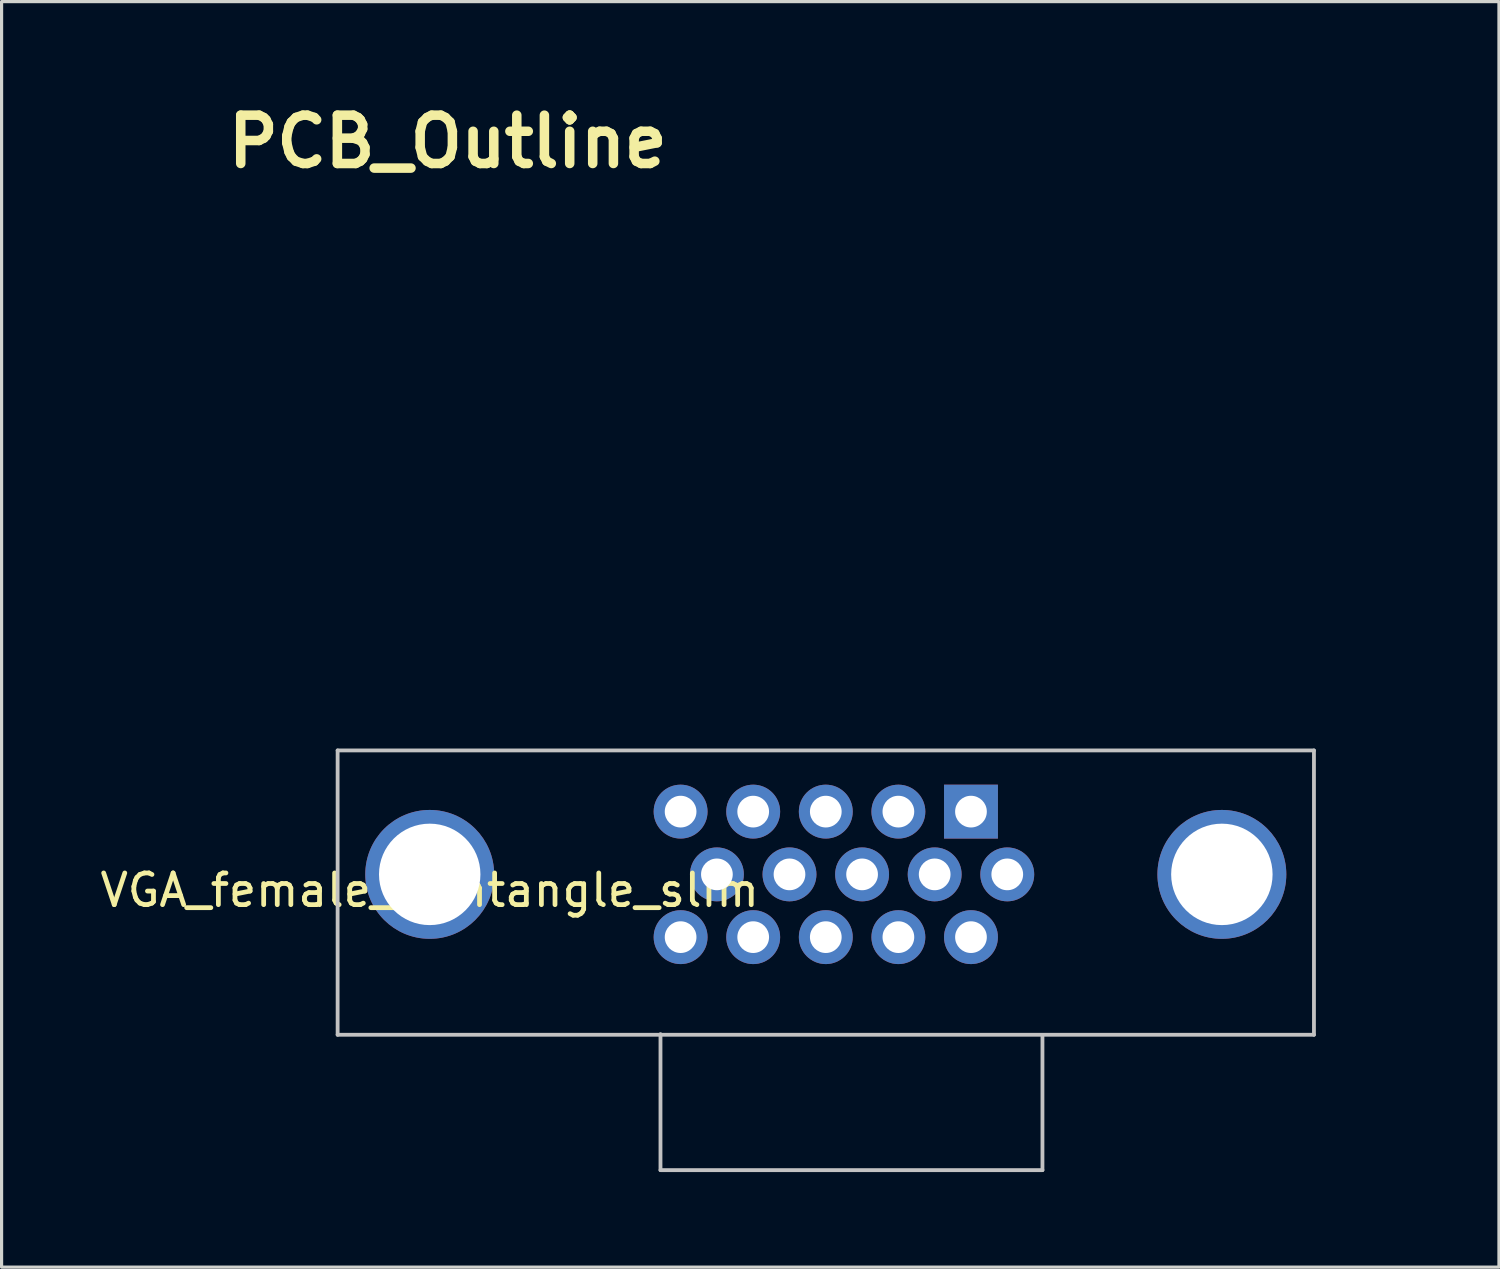
<source format=kicad_pcb>
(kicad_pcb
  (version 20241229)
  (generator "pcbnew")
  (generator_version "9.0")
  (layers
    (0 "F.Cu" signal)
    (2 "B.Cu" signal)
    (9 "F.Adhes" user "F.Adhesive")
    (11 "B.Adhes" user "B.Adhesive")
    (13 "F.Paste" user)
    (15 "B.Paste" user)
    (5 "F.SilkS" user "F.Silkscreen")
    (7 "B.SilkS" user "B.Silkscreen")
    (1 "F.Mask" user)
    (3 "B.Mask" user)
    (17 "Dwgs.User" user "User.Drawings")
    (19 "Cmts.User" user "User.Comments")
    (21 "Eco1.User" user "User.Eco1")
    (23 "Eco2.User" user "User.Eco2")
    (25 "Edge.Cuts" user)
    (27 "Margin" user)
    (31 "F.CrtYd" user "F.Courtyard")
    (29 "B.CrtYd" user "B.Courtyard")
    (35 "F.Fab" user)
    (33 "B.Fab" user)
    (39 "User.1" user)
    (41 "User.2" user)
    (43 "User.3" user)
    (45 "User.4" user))
  (footprint "PCB_Outline"
    (layer "F.Cu")
    (at 20.606 10.458)
    (property "Reference" "PCB_Outline" (at -9.53 -9.04 0) (layer "F.SilkS") (effects (font (size 1.524 1.524) (thickness 0.3))))
    (attr through_hole)
    (fp_poly (pts (xy 11.119 -7.071) (xy 12.033 -7.065) (xy 12.04 -4.841) (xy 12.046 -2.618) (xy 14.009 -2.618) (xy 14.009 -7.077) (xy 15.827 -7.077) (xy 15.827 -2.618) (xy 17.814 -2.618) (xy 17.814 -7.077) (xy 20.625 -7.077) (xy 20.625 -3.114) (xy 20.466 -3.068) (xy 20.273 -2.991) (xy 20.087 -2.874) (xy 19.922 -2.726) (xy 19.919 -2.723) (xy 19.8 -2.581) (xy 19.711 -2.44) (xy 19.641 -2.281) (xy 19.62 -2.22) (xy 19.594 -2.137) (xy 19.576 -2.061) (xy 19.566 -1.978) (xy 19.561 -1.876) (xy 19.559 -1.741) (xy 19.559 -1.716) (xy 19.563 -1.514) (xy 19.577 -1.355) (xy 19.596 -1.249) (xy 19.673 -1.039) (xy 19.789 -0.842) (xy 19.936 -0.664) (xy 20.108 -0.513) (xy 20.297 -0.395) (xy 20.496 -0.318) (xy 20.51 -0.314) (xy 20.625 -0.285) (xy 20.625 6.982) (xy 20.561 7.042) (xy 20.497 7.101) (xy 4.401 7.101) (xy 3.313 7.1) (xy 2.271 7.1) (xy 1.276 7.1) (xy 0.327 7.1) (xy -0.578 7.1) (xy -1.439 7.1) (xy -2.257 7.099) (xy -3.033 7.099) (xy -3.769 7.099) (xy -4.465 7.098) (xy -5.122 7.098) (xy -5.741 7.097) (xy -6.324 7.097) (xy -6.87 7.096) (xy -7.381 7.096) (xy -7.858 7.095) (xy -8.302 7.094) (xy -8.714 7.094) (xy -9.095 7.093) (xy -9.446 7.092) (xy -9.767 7.091) (xy -10.06 7.09) (xy -10.326 7.089) (xy -10.565 7.087) (xy -10.779 7.086) (xy -10.969 7.085) (xy -11.135 7.083) (xy -11.279 7.082) (xy -11.401 7.08) (xy -11.502 7.079) (xy -11.584 7.077) (xy -11.647 7.075) (xy -11.693 7.073) (xy -11.721 7.071) (xy -11.734 7.069) (xy -11.735 7.069) (xy -11.753 7.047) (xy -11.799 6.989) (xy -11.873 6.895) (xy -11.972 6.767) (xy -12.096 6.606) (xy -12.244 6.415) (xy -12.415 6.194) (xy -12.607 5.945) (xy -12.819 5.67) (xy -13.051 5.37) (xy -13.3 5.046) (xy -13.566 4.7) (xy -13.848 4.334) (xy -13.974 4.17) (xy -0.138 4.17) (xy -0.106 4.307) (xy -0.041 4.431) (xy 0.055 4.533) (xy 0.158 4.595) (xy 0.255 4.621) (xy 0.376 4.628) (xy 0.499 4.619) (xy 0.604 4.592) (xy 0.627 4.582) (xy 0.754 4.493) (xy 0.845 4.38) (xy 0.9 4.251) (xy 0.919 4.113) (xy 0.911 4.047) (xy 2.155 4.047) (xy 2.156 4.197) (xy 2.192 4.326) (xy 2.267 4.458) (xy 2.368 4.55) (xy 2.497 4.605) (xy 2.657 4.624) (xy 2.707 4.623) (xy 2.808 4.616) (xy 2.881 4.601) (xy 2.942 4.571) (xy 2.984 4.544) (xy 3.059 4.476) (xy 3.126 4.393) (xy 3.145 4.363) (xy 3.177 4.294) (xy 3.193 4.228) (xy 3.195 4.173) (xy 4.444 4.173) (xy 4.483 4.323) (xy 4.558 4.453) (xy 4.664 4.553) (xy 4.738 4.595) (xy 4.821 4.617) (xy 4.93 4.627) (xy 5.046 4.624) (xy 5.147 4.61) (xy 5.193 4.596) (xy 5.315 4.521) (xy 5.407 4.414) (xy 5.468 4.286) (xy 5.496 4.146) (xy 5.494 4.108) (xy 6.75 4.108) (xy 6.751 4.211) (xy 6.759 4.282) (xy 6.775 4.335) (xy 6.804 4.386) (xy 6.823 4.413) (xy 6.925 4.519) (xy 7.055 4.591) (xy 7.201 4.628) (xy 7.352 4.627) (xy 7.499 4.584) (xy 7.501 4.583) (xy 7.622 4.504) (xy 7.71 4.396) (xy 7.765 4.269) (xy 7.787 4.131) (xy 7.785 4.104) (xy 9.018 4.104) (xy 9.035 4.243) (xy 9.089 4.375) (xy 9.179 4.491) (xy 9.304 4.582) (xy 9.366 4.609) (xy 9.438 4.622) (xy 9.537 4.624) (xy 9.576 4.623) (xy 9.679 4.617) (xy 9.751 4.604) (xy 9.811 4.579) (xy 9.86 4.548) (xy 9.966 4.446) (xy 10.038 4.322) (xy 10.074 4.182) (xy 10.074 4.038) (xy 10.04 3.899) (xy 9.969 3.773) (xy 9.864 3.671) (xy 9.86 3.669) (xy 9.747 3.616) (xy 9.612 3.589) (xy 9.472 3.589) (xy 9.346 3.618) (xy 9.314 3.632) (xy 9.186 3.721) (xy 9.094 3.835) (xy 9.038 3.965) (xy 9.018 4.104) (xy 7.785 4.104) (xy 7.775 3.991) (xy 7.728 3.858) (xy 7.646 3.741) (xy 7.566 3.672) (xy 7.499 3.631) (xy 7.433 3.608) (xy 7.349 3.595) (xy 7.288 3.592) (xy 7.186 3.59) (xy 7.112 3.598) (xy 7.047 3.62) (xy 7.004 3.642) (xy 6.922 3.699) (xy 6.845 3.774) (xy 6.823 3.803) (xy 6.786 3.859) (xy 6.765 3.909) (xy 6.754 3.97) (xy 6.75 4.056) (xy 6.75 4.108) (xy 5.494 4.108) (xy 5.488 4.004) (xy 5.444 3.869) (xy 5.376 3.767) (xy 5.262 3.666) (xy 5.131 3.607) (xy 4.977 3.587) (xy 4.969 3.587) (xy 4.809 3.609) (xy 4.671 3.67) (xy 4.561 3.764) (xy 4.484 3.887) (xy 4.444 4.032) (xy 4.444 4.173) (xy 3.195 4.173) (xy 3.197 4.145) (xy 3.195 4.079) (xy 3.186 3.977) (xy 3.17 3.904) (xy 3.14 3.841) (xy 3.114 3.802) (xy 3.046 3.727) (xy 2.963 3.66) (xy 2.933 3.642) (xy 2.864 3.61) (xy 2.798 3.593) (xy 2.715 3.589) (xy 2.649 3.592) (xy 2.547 3.6) (xy 2.473 3.617) (xy 2.409 3.648) (xy 2.371 3.672) (xy 2.266 3.773) (xy 2.193 3.902) (xy 2.155 4.047) (xy 0.911 4.047) (xy 0.902 3.975) (xy 0.848 3.844) (xy 0.759 3.729) (xy 0.634 3.638) (xy 0.623 3.632) (xy 0.504 3.594) (xy 0.366 3.586) (xy 0.227 3.605) (xy 0.106 3.651) (xy 0.077 3.669) (xy -0.03 3.769) (xy -0.1 3.892) (xy -0.136 4.029) (xy -0.138 4.17) (xy -13.974 4.17) (xy -14.144 3.949) (xy -14.453 3.546) (xy -14.775 3.128) (xy -15.108 2.695) (xy -15.235 2.529) (xy -14.032 2.529) (xy -14.03 2.663) (xy -14.026 2.789) (xy -14.018 2.894) (xy -14.01 2.966) (xy -14.008 2.976) (xy -13.94 3.174) (xy -13.831 3.366) (xy -13.69 3.544) (xy -13.525 3.698) (xy -13.343 3.818) (xy -13.304 3.838) (xy -13.1 3.92) (xy -12.908 3.961) (xy -12.715 3.964) (xy -12.552 3.94) (xy -12.325 3.868) (xy -12.116 3.753) (xy -11.929 3.6) (xy -11.768 3.413) (xy -11.639 3.197) (xy -11.587 3.078) (xy -11.564 3.014) (xy -11.548 2.956) (xy -11.537 2.892) (xy -11.53 2.813) (xy -11.528 2.709) (xy -11.527 2.568) (xy -11.527 2.533) (xy -11.528 2.38) (xy -11.531 2.266) (xy -11.537 2.179) (xy -11.546 2.121) (xy -8.409 2.121) (xy -8.39 2.351) (xy -8.333 2.557) (xy -8.233 2.745) (xy -8.102 2.91) (xy -7.996 3.006) (xy -7.869 3.096) (xy -7.735 3.17) (xy -7.609 3.219) (xy -7.562 3.23) (xy -7.438 3.243) (xy -7.293 3.245) (xy -7.145 3.237) (xy -7.011 3.22) (xy -6.934 3.202) (xy -6.727 3.113) (xy -6.547 2.989) (xy -6.398 2.833) (xy -6.282 2.651) (xy -6.201 2.45) (xy -6.16 2.235) (xy -6.161 2.119) (xy -1.287 2.119) (xy -1.274 2.256) (xy -1.229 2.385) (xy -1.15 2.497) (xy -1.038 2.583) (xy -1.03 2.587) (xy -0.903 2.642) (xy -0.787 2.662) (xy -0.663 2.649) (xy -0.588 2.629) (xy -0.458 2.567) (xy -0.351 2.467) (xy -0.273 2.339) (xy -0.242 2.24) (xy -0.235 2.142) (xy 1.003 2.142) (xy 1.022 2.285) (xy 1.064 2.391) (xy 1.158 2.511) (xy 1.281 2.597) (xy 1.422 2.646) (xy 1.573 2.656) (xy 1.725 2.623) (xy 1.79 2.595) (xy 1.907 2.51) (xy 1.992 2.398) (xy 2.043 2.267) (xy 2.053 2.178) (xy 3.301 2.178) (xy 3.332 2.335) (xy 3.403 2.463) (xy 3.513 2.563) (xy 3.654 2.632) (xy 3.752 2.658) (xy 3.845 2.661) (xy 3.953 2.641) (xy 3.99 2.63) (xy 4.124 2.568) (xy 4.228 2.474) (xy 4.302 2.358) (xy 4.343 2.227) (xy 4.351 2.094) (xy 5.585 2.094) (xy 5.599 2.252) (xy 5.609 2.286) (xy 5.671 2.423) (xy 5.768 2.532) (xy 5.889 2.608) (xy 6.027 2.65) (xy 6.174 2.654) (xy 6.321 2.617) (xy 6.381 2.588) (xy 6.497 2.498) (xy 6.58 2.382) (xy 6.628 2.248) (xy 6.641 2.107) (xy 7.88 2.107) (xy 7.89 2.247) (xy 7.933 2.378) (xy 8.006 2.491) (xy 8.111 2.577) (xy 8.126 2.585) (xy 8.254 2.64) (xy 8.368 2.662) (xy 8.487 2.651) (xy 8.569 2.63) (xy 8.714 2.565) (xy 8.823 2.468) (xy 8.895 2.34) (xy 8.924 2.203) (xy 16.596 2.203) (xy 16.632 2.426) (xy 16.71 2.633) (xy 16.827 2.82) (xy 16.98 2.982) (xy 17.164 3.113) (xy 17.365 3.204) (xy 17.495 3.234) (xy 17.653 3.247) (xy 17.822 3.244) (xy 17.983 3.224) (xy 18.088 3.199) (xy 18.287 3.113) (xy 18.464 2.987) (xy 18.613 2.828) (xy 18.73 2.641) (xy 18.81 2.431) (xy 18.84 2.287) (xy 18.85 2.058) (xy 18.815 1.839) (xy 18.738 1.634) (xy 18.624 1.448) (xy 18.475 1.287) (xy 18.296 1.156) (xy 18.089 1.06) (xy 17.995 1.031) (xy 17.782 1) (xy 17.563 1.011) (xy 17.347 1.063) (xy 17.144 1.152) (xy 16.964 1.276) (xy 16.932 1.304) (xy 16.815 1.441) (xy 16.717 1.61) (xy 16.643 1.797) (xy 16.605 1.971) (xy 16.596 2.203) (xy 8.924 2.203) (xy 8.928 2.185) (xy 8.93 2.133) (xy 8.91 1.971) (xy 8.851 1.832) (xy 8.757 1.722) (xy 8.634 1.645) (xy 8.484 1.607) (xy 8.461 1.605) (xy 8.304 1.609) (xy 8.171 1.649) (xy 8.053 1.729) (xy 8.053 1.729) (xy 7.961 1.839) (xy 7.903 1.968) (xy 7.88 2.107) (xy 6.641 2.107) (xy 6.641 2.106) (xy 6.617 1.965) (xy 6.556 1.834) (xy 6.473 1.737) (xy 6.357 1.655) (xy 6.231 1.612) (xy 6.083 1.604) (xy 6.052 1.607) (xy 5.9 1.642) (xy 5.774 1.715) (xy 5.676 1.819) (xy 5.611 1.948) (xy 5.585 2.094) (xy 4.351 2.094) (xy 4.351 2.089) (xy 4.325 1.952) (xy 4.263 1.825) (xy 4.164 1.716) (xy 4.13 1.69) (xy 4.017 1.635) (xy 3.881 1.605) (xy 3.742 1.604) (xy 3.648 1.624) (xy 3.514 1.692) (xy 3.409 1.795) (xy 3.336 1.926) (xy 3.302 2.078) (xy 3.301 2.178) (xy 2.053 2.178) (xy 2.059 2.126) (xy 2.041 1.985) (xy 1.986 1.852) (xy 1.894 1.738) (xy 1.884 1.729) (xy 1.766 1.649) (xy 1.634 1.609) (xy 1.477 1.604) (xy 1.476 1.605) (xy 1.323 1.638) (xy 1.193 1.714) (xy 1.089 1.83) (xy 1.067 1.867) (xy 1.018 1.997) (xy 1.003 2.142) (xy -0.235 2.142) (xy -0.231 2.083) (xy -0.261 1.94) (xy -0.327 1.817) (xy -0.421 1.717) (xy -0.539 1.645) (xy -0.675 1.606) (xy -0.821 1.604) (xy -0.972 1.644) (xy -1.014 1.663) (xy -1.131 1.745) (xy -1.215 1.855) (xy -1.268 1.982) (xy -1.287 2.119) (xy -6.161 2.119) (xy -6.161 2.01) (xy -6.193 1.831) (xy -6.272 1.619) (xy -6.389 1.432) (xy -6.538 1.274) (xy -6.713 1.149) (xy -6.91 1.058) (xy -7.123 1.007) (xy -7.347 0.998) (xy -7.518 1.02) (xy -7.739 1.09) (xy -7.935 1.198) (xy -8.102 1.341) (xy -8.237 1.513) (xy -8.335 1.71) (xy -8.394 1.928) (xy -8.409 2.121) (xy -11.546 2.121) (xy -11.548 2.111) (xy -11.564 2.051) (xy -11.581 2.001) (xy -11.674 1.8) (xy -11.801 1.622) (xy -11.926 1.493) (xy -12.119 1.344) (xy -12.33 1.235) (xy -12.553 1.167) (xy -12.782 1.14) (xy -13.01 1.154) (xy -13.231 1.212) (xy -13.438 1.312) (xy -13.465 1.329) (xy -13.606 1.433) (xy -13.718 1.544) (xy -13.818 1.68) (xy -13.851 1.733) (xy -13.921 1.861) (xy -13.971 1.984) (xy -14.005 2.114) (xy -14.024 2.263) (xy -14.032 2.442) (xy -14.032 2.529) (xy -15.235 2.529) (xy -15.45 2.249) (xy -15.801 1.791) (xy -16.16 1.324) (xy -16.189 1.287) (xy -17.072 0.136) (xy -0.147 0.136) (xy -0.13 0.278) (xy -0.073 0.414) (xy 0.008 0.518) (xy 0.136 0.614) (xy 0.28 0.667) (xy 0.433 0.675) (xy 0.586 0.637) (xy 0.605 0.628) (xy 0.709 0.574) (xy 0.781 0.514) (xy 0.836 0.434) (xy 0.851 0.406) (xy 0.905 0.254) (xy 0.909 0.199) (xy 2.151 0.199) (xy 2.184 0.345) (xy 2.253 0.47) (xy 2.353 0.57) (xy 2.478 0.64) (xy 2.623 0.674) (xy 2.781 0.667) (xy 2.842 0.653) (xy 2.972 0.593) (xy 3.078 0.496) (xy 3.153 0.371) (xy 3.194 0.224) (xy 3.199 0.145) (xy 3.192 0.08) (xy 4.441 0.08) (xy 4.443 0.233) (xy 4.49 0.378) (xy 4.579 0.508) (xy 4.593 0.522) (xy 4.72 0.617) (xy 4.864 0.668) (xy 5.023 0.674) (xy 5.147 0.649) (xy 5.274 0.587) (xy 5.376 0.491) (xy 5.449 0.37) (xy 5.49 0.232) (xy 5.493 0.145) (xy 6.738 0.145) (xy 6.759 0.303) (xy 6.819 0.439) (xy 6.91 0.548) (xy 7.026 0.626) (xy 7.161 0.67) (xy 7.307 0.676) (xy 7.458 0.639) (xy 7.506 0.617) (xy 7.628 0.532) (xy 7.716 0.423) (xy 7.769 0.296) (xy 7.787 0.17) (xy 9.021 0.17) (xy 9.051 0.323) (xy 9.086 0.406) (xy 9.14 0.494) (xy 9.205 0.558) (xy 9.298 0.612) (xy 9.332 0.628) (xy 9.483 0.672) (xy 9.641 0.669) (xy 9.728 0.649) (xy 9.825 0.601) (xy 9.921 0.524) (xy 10.002 0.431) (xy 10.052 0.336) (xy 10.056 0.324) (xy 10.081 0.157) (xy 10.063 0.002) (xy 10.004 -0.135) (xy 9.908 -0.249) (xy 9.782 -0.33) (xy 9.633 -0.379) (xy 9.489 -0.382) (xy 9.343 -0.339) (xy 9.305 -0.321) (xy 9.178 -0.232) (xy 9.087 -0.115) (xy 9.034 0.021) (xy 9.021 0.17) (xy 7.787 0.17) (xy 7.788 0.161) (xy 7.775 0.026) (xy 7.729 -0.103) (xy 7.652 -0.216) (xy 7.544 -0.307) (xy 7.414 -0.364) (xy 7.256 -0.387) (xy 7.107 -0.367) (xy 6.976 -0.307) (xy 6.867 -0.214) (xy 6.788 -0.091) (xy 6.744 0.056) (xy 6.738 0.145) (xy 5.493 0.145) (xy 5.494 0.087) (xy 5.458 -0.056) (xy 5.451 -0.072) (xy 5.399 -0.174) (xy 5.341 -0.244) (xy 5.262 -0.298) (xy 5.199 -0.33) (xy 5.046 -0.379) (xy 4.895 -0.38) (xy 4.742 -0.332) (xy 4.738 -0.33) (xy 4.64 -0.277) (xy 4.571 -0.218) (xy 4.517 -0.138) (xy 4.486 -0.072) (xy 4.441 0.08) (xy 3.192 0.08) (xy 3.184 -0.006) (xy 3.152 -0.094) (xy 3.065 -0.22) (xy 2.955 -0.309) (xy 2.829 -0.364) (xy 2.695 -0.385) (xy 2.561 -0.373) (xy 2.434 -0.329) (xy 2.322 -0.254) (xy 2.232 -0.149) (xy 2.172 -0.016) (xy 2.159 0.037) (xy 2.151 0.199) (xy 0.909 0.199) (xy 0.915 0.101) (xy 0.884 -0.043) (xy 0.813 -0.171) (xy 0.705 -0.276) (xy 0.632 -0.321) (xy 0.483 -0.376) (xy 0.34 -0.384) (xy 0.193 -0.346) (xy 0.155 -0.33) (xy 0.027 -0.246) (xy -0.067 -0.135) (xy -0.125 -0.005) (xy -0.147 0.136) (xy -17.072 0.136) (xy -20.601 -4.464) (xy -20.601 -7.077) (xy -18.396 -7.077) (xy -18.396 -4.993) (xy -16.408 -4.993) (xy -16.408 -7.077) (xy -14.59 -7.077) (xy -14.59 -2.618) (xy -12.603 -2.618) (xy -12.603 -7.077) (xy -10.785 -7.077) (xy -10.785 -2.618) (xy -8.798 -2.618) (xy -8.798 -7.077) (xy -6.98 -7.077) (xy -6.98 -2.618) (xy -4.993 -2.618) (xy -4.993 -7.077) (xy -3.175 -7.077) (xy -3.175 -2.618) (xy -1.188 -2.618) (xy -1.188 -7.077) (xy 0.63 -7.077) (xy 0.63 -2.618) (xy 2.593 -2.618) (xy 2.599 -4.841) (xy 2.605 -7.065) (xy 3.52 -7.071) (xy 4.435 -7.078) (xy 4.435 -2.618) (xy 6.398 -2.618) (xy 6.398 -7.077) (xy 8.24 -7.077) (xy 8.24 -2.618) (xy 10.204 -2.618) (xy 10.204 -7.078) (xy 11.119 -7.071)) (stroke (width 0.01) (type solid)) (fill no) (layer "Eco1.User")))
  (footprint "VGA_female_rightangle_slim"
    (layer "F.Cu")
    (at 10.506 24.534)
    (property "Reference" "VGA_female_rightangle_slim" (at 0 0.5 0) (layer "F.SilkS") (effects (font (size 1 1) (thickness 0.15))))
    (attr through_hole)
    (fp_line (start -2.905 -3.91) (end -2.905 5.06) (stroke (width 0.12) (type solid)) (layer "Dwgs.User"))
    (fp_line (start -2.905 -3.91) (end 27.895 -3.91) (stroke (width 0.12) (type solid)) (layer "Dwgs.User"))
    (fp_line (start -2.905 5.06) (end 27.895 5.06) (stroke (width 0.12) (type solid)) (layer "Dwgs.User"))
    (fp_line (start 7.28 9.33) (end 7.28 5.04) (stroke (width 0.12) (type solid)) (layer "Dwgs.User"))
    (fp_line (start 19.33 5.08) (end 19.33 9.33) (stroke (width 0.12) (type solid)) (layer "Dwgs.User"))
    (fp_line (start 19.33 9.33) (end 7.28 9.33) (stroke (width 0.12) (type solid)) (layer "Dwgs.User"))
    (fp_line (start 27.895 -3.91) (end 27.895 5.06) (stroke (width 0.12) (type solid)) (layer "Dwgs.User"))
    (pad "1" thru_hole rect (at 17.075 -1.98 180) (size 1.7 1.7) (drill 1) (layers "*.Cu" "*.Mask"))
    (pad "2" thru_hole circle (at 14.785 -1.98 180) (size 1.7 1.7) (drill 1) (layers "*.Cu" "*.Mask"))
    (pad "3" thru_hole circle (at 12.495 -1.98 180) (size 1.7 1.7) (drill 1) (layers "*.Cu" "*.Mask"))
    (pad "4" thru_hole circle (at 10.205 -1.98 180) (size 1.7 1.7) (drill 1) (layers "*.Cu" "*.Mask"))
    (pad "5" thru_hole circle (at 7.915 -1.98 180) (size 1.7 1.7) (drill 1) (layers "*.Cu" "*.Mask"))
    (pad "6" thru_hole circle (at 18.22 0 180) (size 1.7 1.7) (drill 1) (layers "*.Cu" "*.Mask"))
    (pad "7" thru_hole circle (at 15.93 0 180) (size 1.7 1.7) (drill 1) (layers "*.Cu" "*.Mask"))
    (pad "8" thru_hole circle (at 13.64 0 180) (size 1.7 1.7) (drill 1) (layers "*.Cu" "*.Mask"))
    (pad "9" thru_hole circle (at 11.35 0 180) (size 1.7 1.7) (drill 1) (layers "*.Cu" "*.Mask"))
    (pad "10" thru_hole circle (at 9.06 0 180) (size 1.7 1.7) (drill 1) (layers "*.Cu" "*.Mask"))
    (pad "11" thru_hole circle (at 17.075 1.98 180) (size 1.7 1.7) (drill 1) (layers "*.Cu" "*.Mask"))
    (pad "12" thru_hole circle (at 14.785 1.98 180) (size 1.7 1.7) (drill 1) (layers "*.Cu" "*.Mask"))
    (pad "13" thru_hole circle (at 12.495 1.98 180) (size 1.7 1.7) (drill 1) (layers "*.Cu" "*.Mask"))
    (pad "14" thru_hole circle (at 10.205 1.98 180) (size 1.7 1.7) (drill 1) (layers "*.Cu" "*.Mask"))
    (pad "15" thru_hole circle (at 7.915 1.98 180) (size 1.7 1.7) (drill 1) (layers "*.Cu" "*.Mask"))
    (pad "S1" thru_hole circle (at 0 0) (size 4.066 4.066) (drill 3.2) (layers "*.Cu" "*.Mask"))
    (pad "S2" thru_hole circle (at 24.99 0) (size 4.066 4.066) (drill 3.2) (layers "*.Cu" "*.Mask")))
  (gr_rect
    (start -3 -3)
    (end 44.237 36.924)
    (stroke (width 0.1) (type default))
    (fill no)
    (layer "Edge.Cuts")))
</source>
